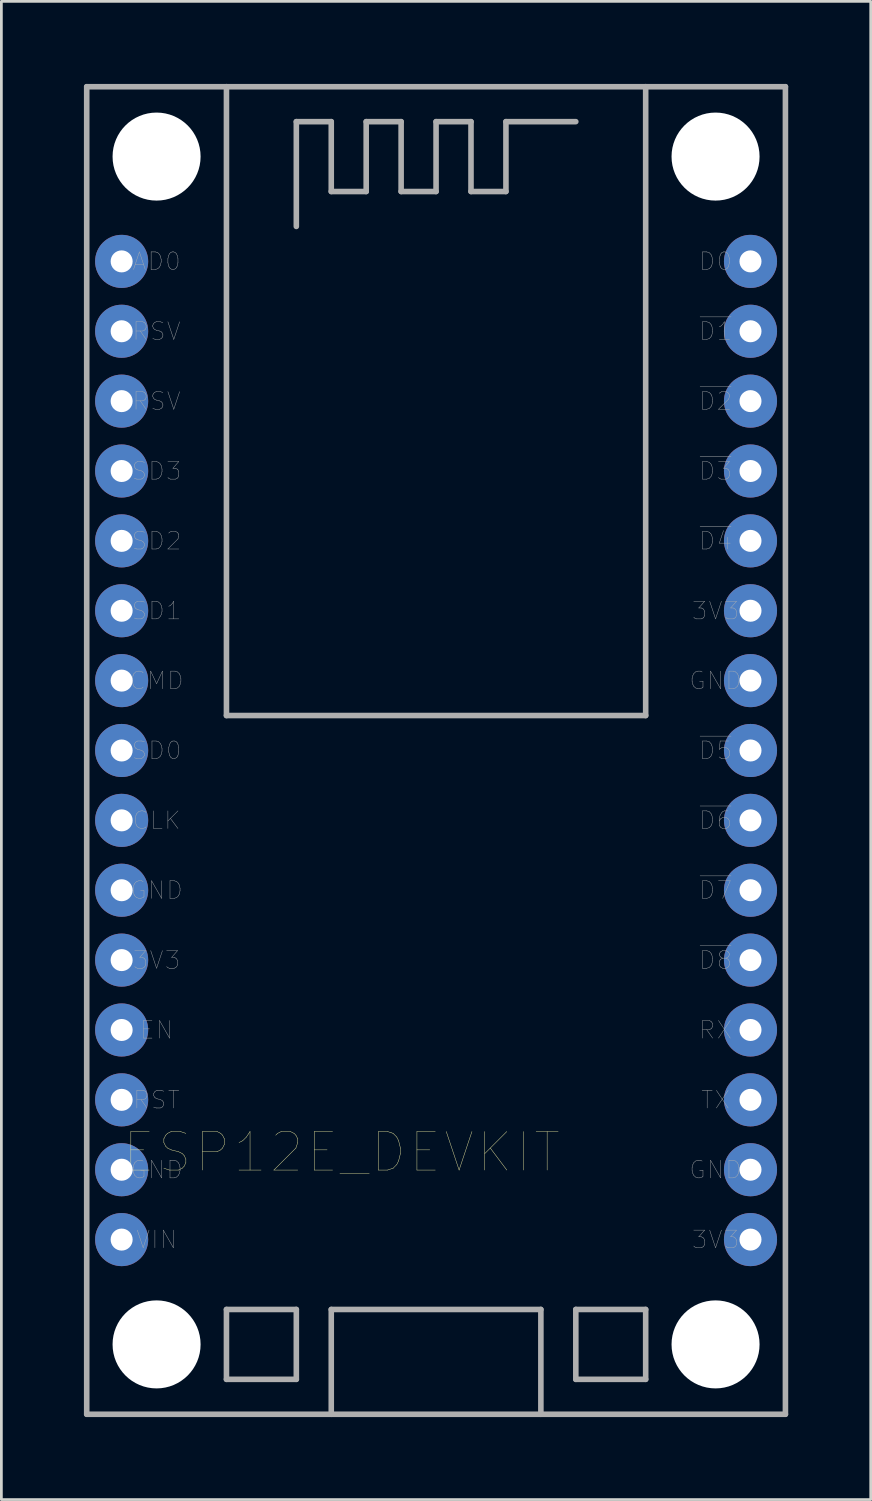
<source format=kicad_pcb>
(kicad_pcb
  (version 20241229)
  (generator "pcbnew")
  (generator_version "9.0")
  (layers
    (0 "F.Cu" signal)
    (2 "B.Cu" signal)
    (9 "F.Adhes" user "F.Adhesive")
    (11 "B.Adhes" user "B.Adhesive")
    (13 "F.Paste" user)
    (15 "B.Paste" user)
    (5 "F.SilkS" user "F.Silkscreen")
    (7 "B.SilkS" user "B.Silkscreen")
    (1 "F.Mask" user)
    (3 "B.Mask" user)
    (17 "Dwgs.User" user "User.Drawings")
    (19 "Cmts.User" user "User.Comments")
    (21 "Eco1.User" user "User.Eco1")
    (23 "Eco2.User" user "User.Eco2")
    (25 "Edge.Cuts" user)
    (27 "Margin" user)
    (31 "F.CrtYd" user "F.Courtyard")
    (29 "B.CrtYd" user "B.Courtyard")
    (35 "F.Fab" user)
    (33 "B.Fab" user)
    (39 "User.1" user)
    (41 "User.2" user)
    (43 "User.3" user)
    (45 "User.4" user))
  (footprint "ESP12E_DEVKIT"
    (layer "F.Cu")
    (at 12.802 24.232)
    (property "Reference" "ESP12E_DEVKIT" (at -3.429 14.605 180) (layer "F.SilkS") (effects (font (size 1.4 1.4) (thickness 0.015))))
    (attr through_hole)
    (fp_line (start -12.7 -24.13) (end -7.62 -24.13) (stroke (width 0.203) (type solid)) (layer "F.Fab"))
    (fp_line (start -12.7 24.13) (end -12.7 -24.13) (stroke (width 0.203) (type solid)) (layer "F.Fab"))
    (fp_line (start -12.7 24.13) (end -3.81 24.13) (stroke (width 0.203) (type solid)) (layer "F.Fab"))
    (fp_line (start -7.62 -24.13) (end -7.62 -1.27) (stroke (width 0.203) (type solid)) (layer "F.Fab"))
    (fp_line (start -7.62 -24.13) (end 7.62 -24.13) (stroke (width 0.203) (type solid)) (layer "F.Fab"))
    (fp_line (start -7.62 -1.27) (end 7.62 -1.27) (stroke (width 0.203) (type solid)) (layer "F.Fab"))
    (fp_line (start -7.62 20.32) (end -5.08 20.32) (stroke (width 0.203) (type solid)) (layer "F.Fab"))
    (fp_line (start -7.62 22.86) (end -7.62 20.32) (stroke (width 0.203) (type solid)) (layer "F.Fab"))
    (fp_line (start -5.08 -22.86) (end -3.81 -22.86) (stroke (width 0.203) (type solid)) (layer "F.Fab"))
    (fp_line (start -5.08 -19.05) (end -5.08 -22.86) (stroke (width 0.203) (type solid)) (layer "F.Fab"))
    (fp_line (start -5.08 20.32) (end -5.08 22.86) (stroke (width 0.203) (type solid)) (layer "F.Fab"))
    (fp_line (start -5.08 22.86) (end -7.62 22.86) (stroke (width 0.203) (type solid)) (layer "F.Fab"))
    (fp_line (start -3.81 -22.86) (end -3.81 -20.32) (stroke (width 0.203) (type solid)) (layer "F.Fab"))
    (fp_line (start -3.81 -20.32) (end -2.54 -20.32) (stroke (width 0.203) (type solid)) (layer "F.Fab"))
    (fp_line (start -3.81 20.32) (end 3.81 20.32) (stroke (width 0.203) (type solid)) (layer "F.Fab"))
    (fp_line (start -3.81 24.13) (end -3.81 20.32) (stroke (width 0.203) (type solid)) (layer "F.Fab"))
    (fp_line (start -3.81 24.13) (end 3.81 24.13) (stroke (width 0.203) (type solid)) (layer "F.Fab"))
    (fp_line (start -2.54 -22.86) (end -1.27 -22.86) (stroke (width 0.203) (type solid)) (layer "F.Fab"))
    (fp_line (start -2.54 -20.32) (end -2.54 -22.86) (stroke (width 0.203) (type solid)) (layer "F.Fab"))
    (fp_line (start -1.27 -22.86) (end -1.27 -20.32) (stroke (width 0.203) (type solid)) (layer "F.Fab"))
    (fp_line (start -1.27 -20.32) (end 0 -20.32) (stroke (width 0.203) (type solid)) (layer "F.Fab"))
    (fp_line (start 0 -22.86) (end 1.27 -22.86) (stroke (width 0.203) (type solid)) (layer "F.Fab"))
    (fp_line (start 0 -20.32) (end 0 -22.86) (stroke (width 0.203) (type solid)) (layer "F.Fab"))
    (fp_line (start 1.27 -22.86) (end 1.27 -20.32) (stroke (width 0.203) (type solid)) (layer "F.Fab"))
    (fp_line (start 1.27 -20.32) (end 2.54 -20.32) (stroke (width 0.203) (type solid)) (layer "F.Fab"))
    (fp_line (start 2.54 -22.86) (end 5.08 -22.86) (stroke (width 0.203) (type solid)) (layer "F.Fab"))
    (fp_line (start 2.54 -20.32) (end 2.54 -22.86) (stroke (width 0.203) (type solid)) (layer "F.Fab"))
    (fp_line (start 3.81 20.32) (end 3.81 24.13) (stroke (width 0.203) (type solid)) (layer "F.Fab"))
    (fp_line (start 3.81 24.13) (end 12.7 24.13) (stroke (width 0.203) (type solid)) (layer "F.Fab"))
    (fp_line (start 5.08 20.32) (end 5.08 22.86) (stroke (width 0.203) (type solid)) (layer "F.Fab"))
    (fp_line (start 5.08 22.86) (end 7.62 22.86) (stroke (width 0.203) (type solid)) (layer "F.Fab"))
    (fp_line (start 7.62 -24.13) (end 12.7 -24.13) (stroke (width 0.203) (type solid)) (layer "F.Fab"))
    (fp_line (start 7.62 -1.27) (end 7.62 -24.13) (stroke (width 0.203) (type solid)) (layer "F.Fab"))
    (fp_line (start 7.62 20.32) (end 5.08 20.32) (stroke (width 0.203) (type solid)) (layer "F.Fab"))
    (fp_line (start 7.62 22.86) (end 7.62 20.32) (stroke (width 0.203) (type solid)) (layer "F.Fab"))
    (fp_line (start 12.7 -24.13) (end 12.7 24.13) (stroke (width 0.203) (type solid)) (layer "F.Fab"))
    (fp_text user "RX" (at 10.16 10.16 0) (layer "F.Fab") (effects (font (size 0.64 0.64) (thickness 0.015))))
    (fp_text user "~{D1}" (at 10.16 -15.24 0) (layer "F.Fab") (effects (font (size 0.64 0.64) (thickness 0.015))))
    (fp_text user "~{D8}" (at 10.16 7.62 0) (layer "F.Fab") (effects (font (size 0.64 0.64) (thickness 0.015))))
    (fp_text user "CLK" (at -10.16 2.54 0) (layer "F.Fab") (effects (font (size 0.64 0.64) (thickness 0.015))))
    (fp_text user "3V3" (at 10.16 -5.08 0) (layer "F.Fab") (effects (font (size 0.64 0.64) (thickness 0.015))))
    (fp_text user "GND" (at -10.16 15.24 0) (layer "F.Fab") (effects (font (size 0.64 0.64) (thickness 0.015))))
    (fp_text user "~{D2}" (at 10.16 -12.7 0) (layer "F.Fab") (effects (font (size 0.64 0.64) (thickness 0.015))))
    (fp_text user "VIN" (at -10.16 17.78 0) (layer "F.Fab") (effects (font (size 0.64 0.64) (thickness 0.015))))
    (fp_text user "CMD" (at -10.16 -2.54 0) (layer "F.Fab") (effects (font (size 0.64 0.64) (thickness 0.015))))
    (fp_text user "AD0" (at -10.16 -17.78 0) (layer "F.Fab") (effects (font (size 0.64 0.64) (thickness 0.015))))
    (fp_text user "RSV" (at -10.16 -12.7 0) (layer "F.Fab") (effects (font (size 0.64 0.64) (thickness 0.015))))
    (fp_text user "SD1" (at -10.16 -5.08 0) (layer "F.Fab") (effects (font (size 0.64 0.64) (thickness 0.015))))
    (fp_text user "RSV" (at -10.16 -15.24 0) (layer "F.Fab") (effects (font (size 0.64 0.64) (thickness 0.015))))
    (fp_text user "SD0" (at -10.16 0 0) (layer "F.Fab") (effects (font (size 0.64 0.64) (thickness 0.015))))
    (fp_text user "~{D6}" (at 10.16 2.54 0) (layer "F.Fab") (effects (font (size 0.64 0.64) (thickness 0.015))))
    (fp_text user "~{D3}" (at 10.16 -10.16 0) (layer "F.Fab") (effects (font (size 0.64 0.64) (thickness 0.015))))
    (fp_text user "3V3" (at -10.16 7.62 0) (layer "F.Fab") (effects (font (size 0.64 0.64) (thickness 0.015))))
    (fp_text user "RST" (at -10.16 12.7 0) (layer "F.Fab") (effects (font (size 0.64 0.64) (thickness 0.015))))
    (fp_text user "GND" (at 10.16 15.24 0) (layer "F.Fab") (effects (font (size 0.64 0.64) (thickness 0.015))))
    (fp_text user "EN" (at -10.16 10.16 0) (layer "F.Fab") (effects (font (size 0.64 0.64) (thickness 0.015))))
    (fp_text user "SD2" (at -10.16 -7.62 0) (layer "F.Fab") (effects (font (size 0.64 0.64) (thickness 0.015))))
    (fp_text user "3V3" (at 10.16 17.78 0) (layer "F.Fab") (effects (font (size 0.64 0.64) (thickness 0.015))))
    (fp_text user "GND" (at -10.16 5.08 0) (layer "F.Fab") (effects (font (size 0.64 0.64) (thickness 0.015))))
    (fp_text user "~{D7}" (at 10.16 5.08 0) (layer "F.Fab") (effects (font (size 0.64 0.64) (thickness 0.015))))
    (fp_text user "~{D5}" (at 10.16 0 0) (layer "F.Fab") (effects (font (size 0.64 0.64) (thickness 0.015))))
    (fp_text user "~{D4}" (at 10.16 -7.62 0) (layer "F.Fab") (effects (font (size 0.64 0.64) (thickness 0.015))))
    (fp_text user "TX" (at 10.16 12.7 0) (layer "F.Fab") (effects (font (size 0.64 0.64) (thickness 0.015))))
    (fp_text user "GND" (at 10.16 -2.54 0) (layer "F.Fab") (effects (font (size 0.64 0.64) (thickness 0.015))))
    (fp_text user "D0" (at 10.16 -17.78 0) (layer "F.Fab") (effects (font (size 0.64 0.64) (thickness 0.015))))
    (fp_text user "SD3" (at -10.16 -10.16 0) (layer "F.Fab") (effects (font (size 0.64 0.64) (thickness 0.015))))
    (pad "" np_thru_hole circle (at -10.16 -21.59) (size 3.2 3.2) (drill 3.2) (layers "*.Cu" "*.Mask"))
    (pad "" np_thru_hole circle (at -10.16 21.59) (size 3.2 3.2) (drill 3.2) (layers "*.Cu" "*.Mask"))
    (pad "" np_thru_hole circle (at 10.16 -21.59) (size 3.2 3.2) (drill 3.2) (layers "*.Cu" "*.Mask"))
    (pad "" np_thru_hole circle (at 10.16 21.59) (size 3.2 3.2) (drill 3.2) (layers "*.Cu" "*.Mask"))
    (pad "3V3@0" thru_hole circle (at -11.43 7.62) (size 1.93 1.93) (drill 0.8) (layers "*.Cu" "*.Mask"))
    (pad "3V3@1" thru_hole circle (at 11.43 -5.08) (size 1.93 1.93) (drill 0.8) (layers "*.Cu" "*.Mask"))
    (pad "3V3@2" thru_hole circle (at 11.43 17.78) (size 1.93 1.93) (drill 0.8) (layers "*.Cu" "*.Mask"))
    (pad "AD0" thru_hole circle (at -11.43 -17.78) (size 1.93 1.93) (drill 0.8) (layers "*.Cu" "*.Mask"))
    (pad "CLK" thru_hole circle (at -11.43 2.54) (size 1.93 1.93) (drill 0.8) (layers "*.Cu" "*.Mask"))
    (pad "CMD" thru_hole circle (at -11.43 -2.54) (size 1.93 1.93) (drill 0.8) (layers "*.Cu" "*.Mask"))
    (pad "D0" thru_hole circle (at 11.43 -17.78) (size 1.93 1.93) (drill 0.8) (layers "*.Cu" "*.Mask"))
    (pad "D1" thru_hole circle (at 11.43 -15.24) (size 1.93 1.93) (drill 0.8) (layers "*.Cu" "*.Mask"))
    (pad "D2" thru_hole circle (at 11.43 -12.7) (size 1.93 1.93) (drill 0.8) (layers "*.Cu" "*.Mask"))
    (pad "D3" thru_hole circle (at 11.43 -10.16) (size 1.93 1.93) (drill 0.8) (layers "*.Cu" "*.Mask"))
    (pad "D4" thru_hole circle (at 11.43 -7.62) (size 1.93 1.93) (drill 0.8) (layers "*.Cu" "*.Mask"))
    (pad "D5" thru_hole circle (at 11.43 0) (size 1.93 1.93) (drill 0.8) (layers "*.Cu" "*.Mask"))
    (pad "D6" thru_hole circle (at 11.43 2.54) (size 1.93 1.93) (drill 0.8) (layers "*.Cu" "*.Mask"))
    (pad "D7" thru_hole circle (at 11.43 5.08) (size 1.93 1.93) (drill 0.8) (layers "*.Cu" "*.Mask"))
    (pad "D8" thru_hole circle (at 11.43 7.62) (size 1.93 1.93) (drill 0.8) (layers "*.Cu" "*.Mask"))
    (pad "EN" thru_hole circle (at -11.43 10.16) (size 1.93 1.93) (drill 0.8) (layers "*.Cu" "*.Mask"))
    (pad "GND@0" thru_hole circle (at -11.43 5.08) (size 1.93 1.93) (drill 0.8) (layers "*.Cu" "*.Mask"))
    (pad "GND@1" thru_hole circle (at -11.43 15.24) (size 1.93 1.93) (drill 0.8) (layers "*.Cu" "*.Mask"))
    (pad "GND@2" thru_hole circle (at 11.43 -2.54) (size 1.93 1.93) (drill 0.8) (layers "*.Cu" "*.Mask"))
    (pad "GND@3" thru_hole circle (at 11.43 15.24) (size 1.93 1.93) (drill 0.8) (layers "*.Cu" "*.Mask"))
    (pad "RST" thru_hole circle (at -11.43 12.7) (size 1.93 1.93) (drill 0.8) (layers "*.Cu" "*.Mask"))
    (pad "RSV@0" thru_hole circle (at -11.43 -15.24) (size 1.93 1.93) (drill 0.8) (layers "*.Cu" "*.Mask"))
    (pad "RSV@1" thru_hole circle (at -11.43 -12.7) (size 1.93 1.93) (drill 0.8) (layers "*.Cu" "*.Mask"))
    (pad "RX" thru_hole circle (at 11.43 10.16) (size 1.93 1.93) (drill 0.8) (layers "*.Cu" "*.Mask"))
    (pad "SD0" thru_hole circle (at -11.43 0) (size 1.93 1.93) (drill 0.8) (layers "*.Cu" "*.Mask"))
    (pad "SD1" thru_hole circle (at -11.43 -5.08) (size 1.93 1.93) (drill 0.8) (layers "*.Cu" "*.Mask"))
    (pad "SD2" thru_hole circle (at -11.43 -7.62) (size 1.93 1.93) (drill 0.8) (layers "*.Cu" "*.Mask"))
    (pad "SD3" thru_hole circle (at -11.43 -10.16) (size 1.93 1.93) (drill 0.8) (layers "*.Cu" "*.Mask"))
    (pad "TX" thru_hole circle (at 11.43 12.7) (size 1.93 1.93) (drill 0.8) (layers "*.Cu" "*.Mask"))
    (pad "VIN" thru_hole circle (at -11.43 17.78) (size 1.93 1.93) (drill 0.8) (layers "*.Cu" "*.Mask")))
  (gr_rect
    (start -3 -3)
    (end 28.603 51.463)
    (stroke (width 0.1) (type default))
    (fill no)
    (layer "Edge.Cuts")))
</source>
